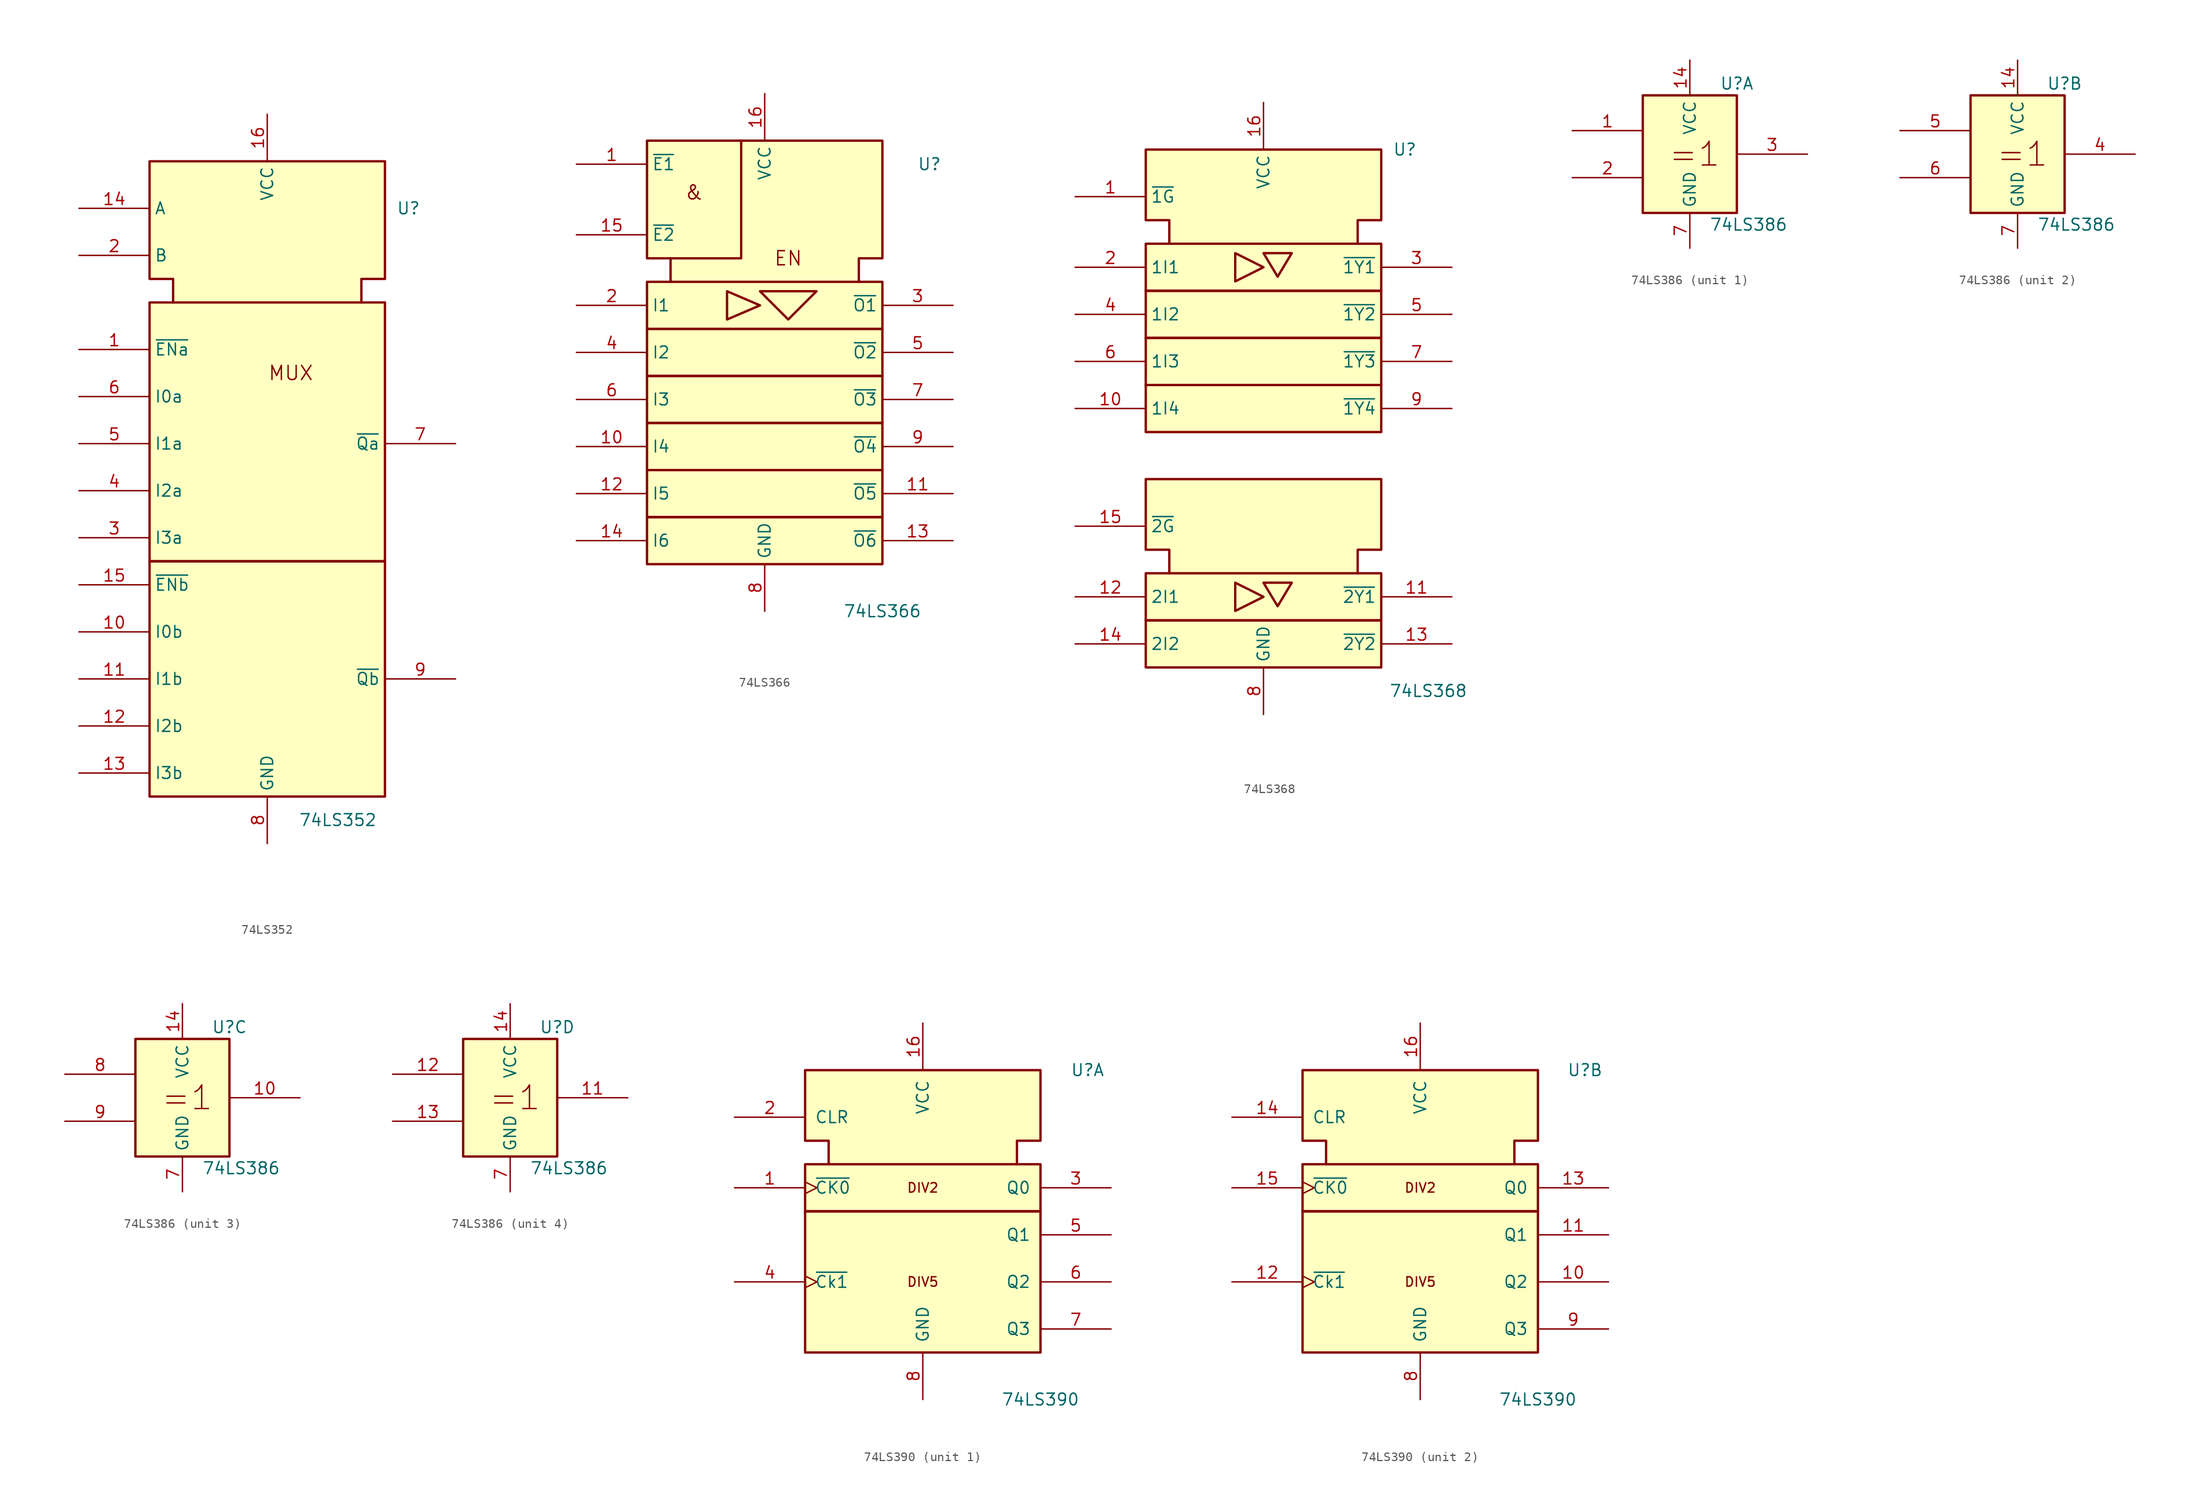
<source format=kicad_sym>
(kicad_symbol_lib
  (version 20241209)
  (generator "kicad_symbol_editor")
  (generator_version "9.0")
  (symbol "74LS352"
    (property "Reference" "U"
      (at 15.24 33.02 0)
      (effects (font (size 1.27 1.27))))
    (property "Value" "74LS352"
      (at 7.62 -33.02 0)
      (effects (font (size 1.27 1.27))))
    (symbol "74LS352_0_0"
      (rectangle (start -12.7 22.86) (end 12.7 -5.08) (stroke (width 0.254) (type default)) (fill (type background)))
      (rectangle (start -12.7 -5.08) (end 12.7 -30.48) (stroke (width 0.254) (type default)) (fill (type background)))
      (polyline (pts (xy -10.16 22.86) (xy -10.16 25.4) (xy -12.7 25.4) (xy -12.7 38.1) (xy 12.7 38.1) (xy 12.7 25.4) (xy 10.16 25.4) (xy 10.16 22.86) (xy 10.16 22.86)) (stroke (width 0.254) (type default)) (fill (type background)))
      (text "MUX" (at 2.54 15.24 0) (effects (font (size 1.524 1.524))))
      (pin power_in line (at 0 43.18 270) (length 5.08) (name "VCC" (effects (font (size 1.27 1.27)))) (number "16" (effects (font (size 1.27 1.27)))))
      (pin power_in line (at 0 -35.56 90) (length 5.08) (name "GND" (effects (font (size 1.27 1.27)))) (number "8" (effects (font (size 1.27 1.27))))))
    (symbol "74LS352_1_1"
      (pin input line (at -20.32 33.02 0) (length 7.62) (name "A" (effects (font (size 1.27 1.27)))) (number "14" (effects (font (size 1.27 1.27)))))
      (pin input line (at -20.32 27.94 0) (length 7.62) (name "B" (effects (font (size 1.27 1.27)))) (number "2" (effects (font (size 1.27 1.27)))))
      (pin input line (at -20.32 17.78 0) (length 7.62) (name "~{ENa}" (effects (font (size 1.27 1.27)))) (number "1" (effects (font (size 1.27 1.27)))))
      (pin input line (at -20.32 12.7 0) (length 7.62) (name "I0a" (effects (font (size 1.27 1.27)))) (number "6" (effects (font (size 1.27 1.27)))))
      (pin input line (at -20.32 7.62 0) (length 7.62) (name "I1a" (effects (font (size 1.27 1.27)))) (number "5" (effects (font (size 1.27 1.27)))))
      (pin input line (at -20.32 2.54 0) (length 7.62) (name "I2a" (effects (font (size 1.27 1.27)))) (number "4" (effects (font (size 1.27 1.27)))))
      (pin input line (at -20.32 -2.54 0) (length 7.62) (name "I3a" (effects (font (size 1.27 1.27)))) (number "3" (effects (font (size 1.27 1.27)))))
      (pin input line (at -20.32 -7.62 0) (length 7.62) (name "~{ENb}" (effects (font (size 1.27 1.27)))) (number "15" (effects (font (size 1.27 1.27)))))
      (pin input line (at -20.32 -12.7 0) (length 7.62) (name "I0b" (effects (font (size 1.27 1.27)))) (number "10" (effects (font (size 1.27 1.27)))))
      (pin input line (at -20.32 -17.78 0) (length 7.62) (name "I1b" (effects (font (size 1.27 1.27)))) (number "11" (effects (font (size 1.27 1.27)))))
      (pin input line (at -20.32 -22.86 0) (length 7.62) (name "I2b" (effects (font (size 1.27 1.27)))) (number "12" (effects (font (size 1.27 1.27)))))
      (pin input line (at -20.32 -27.94 0) (length 7.62) (name "I3b" (effects (font (size 1.27 1.27)))) (number "13" (effects (font (size 1.27 1.27)))))
      (pin output line (at 20.32 7.62 180) (length 7.62) (name "~{Qa}" (effects (font (size 1.27 1.27)))) (number "7" (effects (font (size 1.27 1.27)))))
      (pin output line (at 20.32 -17.78 180) (length 7.62) (name "~{Qb}" (effects (font (size 1.27 1.27)))) (number "9" (effects (font (size 1.27 1.27)))))))
  (symbol "74LS366"
    (property "Reference" "U"
      (at 17.78 25.4 0)
      (effects (font (size 1.27 1.27))))
    (property "Value" "74LS366"
      (at 12.7 -22.86 0)
      (effects (font (size 1.27 1.27))))
    (symbol "74LS366_0_0"
      (polyline (pts (xy -4.064 11.684) (xy -4.064 8.636) (xy -0.508 10.16) (xy -4.064 11.684) (xy -4.064 11.684)) (stroke (width 0.254) (type default)) (fill (type background)))
      (polyline (pts (xy -0.508 11.684) (xy 2.54 8.636) (xy 5.588 11.684) (xy -0.508 11.684) (xy -0.508 11.684)) (stroke (width 0.254) (type default)) (fill (type background)))
      (text "&" (at -7.62 22.352 0) (effects (font (size 1.524 1.524))))
      (text "EN" (at 2.54 15.24 0) (effects (font (size 1.524 1.524))))
      (pin power_in line (at 0 -22.86 90) (length 5.08) (name "GND" (effects (font (size 1.27 1.27)))) (number "8" (effects (font (size 1.27 1.27))))))
    (symbol "74LS366_0_1"
      (rectangle (start -12.7 12.7) (end 12.7 7.62) (stroke (width 0.254) (type default)) (fill (type background)))
      (rectangle (start -12.7 7.62) (end 12.7 2.54) (stroke (width 0.254) (type default)) (fill (type background)))
      (rectangle (start -12.7 2.54) (end 12.7 -2.54) (stroke (width 0.254) (type default)) (fill (type background)))
      (rectangle (start -12.7 -2.54) (end 12.7 -7.62) (stroke (width 0.254) (type default)) (fill (type background)))
      (rectangle (start -12.7 -7.62) (end 12.7 -12.7) (stroke (width 0.254) (type default)) (fill (type background)))
      (rectangle (start -12.7 -12.7) (end 12.7 -17.78) (stroke (width 0.254) (type default)) (fill (type background)))
      (polyline (pts (xy -10.16 12.7) (xy -10.16 15.24) (xy -12.7 15.24) (xy -12.7 27.94) (xy 12.7 27.94) (xy 12.7 15.24) (xy 10.16 15.24) (xy 10.16 12.7) (xy 10.16 12.7)) (stroke (width 0.254) (type default)) (fill (type background)))
      (polyline (pts (xy -2.54 27.94) (xy -2.54 15.24) (xy -10.16 15.24) (xy -10.16 15.24)) (stroke (width 0.254) (type default)) (fill (type background)))
      (pin power_in line (at 0 33.02 270) (length 5.08) (name "VCC" (effects (font (size 1.27 1.27)))) (number "16" (effects (font (size 1.27 1.27))))))
    (symbol "74LS366_1_1"
      (pin input line (at -20.32 25.4 0) (length 7.62) (name "~{E1}" (effects (font (size 1.27 1.27)))) (number "1" (effects (font (size 1.27 1.27)))))
      (pin input line (at -20.32 17.78 0) (length 7.62) (name "~{E2}" (effects (font (size 1.27 1.27)))) (number "15" (effects (font (size 1.27 1.27)))))
      (pin input line (at -20.32 10.16 0) (length 7.62) (name "I1" (effects (font (size 1.27 1.27)))) (number "2" (effects (font (size 1.27 1.27)))))
      (pin input line (at -20.32 5.08 0) (length 7.62) (name "I2" (effects (font (size 1.27 1.27)))) (number "4" (effects (font (size 1.27 1.27)))))
      (pin input line (at -20.32 0 0) (length 7.62) (name "I3" (effects (font (size 1.27 1.27)))) (number "6" (effects (font (size 1.27 1.27)))))
      (pin input line (at -20.32 -5.08 0) (length 7.62) (name "I4" (effects (font (size 1.27 1.27)))) (number "10" (effects (font (size 1.27 1.27)))))
      (pin input line (at -20.32 -10.16 0) (length 7.62) (name "I5" (effects (font (size 1.27 1.27)))) (number "12" (effects (font (size 1.27 1.27)))))
      (pin input line (at -20.32 -15.24 0) (length 7.62) (name "I6" (effects (font (size 1.27 1.27)))) (number "14" (effects (font (size 1.27 1.27)))))
      (pin tri_state line (at 20.32 10.16 180) (length 7.62) (name "~{O1}" (effects (font (size 1.27 1.27)))) (number "3" (effects (font (size 1.27 1.27)))))
      (pin tri_state line (at 20.32 5.08 180) (length 7.62) (name "~{O2}" (effects (font (size 1.27 1.27)))) (number "5" (effects (font (size 1.27 1.27)))))
      (pin tri_state line (at 20.32 0 180) (length 7.62) (name "~{O3}" (effects (font (size 1.27 1.27)))) (number "7" (effects (font (size 1.27 1.27)))))
      (pin tri_state line (at 20.32 -5.08 180) (length 7.62) (name "~{O4}" (effects (font (size 1.27 1.27)))) (number "9" (effects (font (size 1.27 1.27)))))
      (pin tri_state line (at 20.32 -10.16 180) (length 7.62) (name "~{O5}" (effects (font (size 1.27 1.27)))) (number "11" (effects (font (size 1.27 1.27)))))
      (pin tri_state line (at 20.32 -15.24 180) (length 7.62) (name "~{O6}" (effects (font (size 1.27 1.27)))) (number "13" (effects (font (size 1.27 1.27)))))))
  (symbol "74LS368"
    (property "Reference" "U"
      (at 15.24 17.78 0)
      (effects (font (size 1.27 1.27))))
    (property "Value" "74LS368"
      (at 17.78 -40.64 0)
      (effects (font (size 1.27 1.27))))
    (symbol "74LS368_0_0"
      (rectangle (start -12.7 7.62) (end 12.7 2.54) (stroke (width 0.254) (type default)) (fill (type background)))
      (rectangle (start -12.7 2.54) (end 12.7 -2.54) (stroke (width 0.254) (type default)) (fill (type background)))
      (rectangle (start -12.7 -2.54) (end 12.7 -7.62) (stroke (width 0.254) (type default)) (fill (type background)))
      (rectangle (start -12.7 -7.62) (end 12.7 -12.7) (stroke (width 0.254) (type default)) (fill (type background)))
      (rectangle (start -12.7 -27.94) (end 12.7 -33.02) (stroke (width 0.254) (type default)) (fill (type background)))
      (rectangle (start -12.7 -33.02) (end 12.7 -38.1) (stroke (width 0.254) (type default)) (fill (type background)))
      (polyline (pts (xy -10.16 7.62) (xy -10.16 10.16) (xy -12.7 10.16) (xy -12.7 17.78) (xy 12.7 17.78) (xy 12.7 10.16) (xy 10.16 10.16) (xy 10.16 7.62) (xy 10.16 7.62)) (stroke (width 0.254) (type default)) (fill (type background)))
      (polyline (pts (xy -10.16 -27.94) (xy -10.16 -25.4) (xy -12.7 -25.4) (xy -12.7 -17.78) (xy 12.7 -17.78) (xy 12.7 -25.4) (xy 10.16 -25.4) (xy 10.16 -27.94) (xy 10.16 -27.94)) (stroke (width 0.254) (type default)) (fill (type background)))
      (polyline (pts (xy -3.048 6.604) (xy 0 5.08) (xy -3.048 3.556) (xy -3.048 6.604) (xy -3.048 6.604)) (stroke (width 0.254) (type default)) (fill (type background)))
      (polyline (pts (xy -3.048 -28.956) (xy -3.048 -32.004) (xy 0 -30.48) (xy -3.048 -28.956) (xy -3.048 -28.956)) (stroke (width 0.254) (type default)) (fill (type background)))
      (pin power_in line (at 0 22.86 270) (length 5.08) (name "VCC" (effects (font (size 1.27 1.27)))) (number "16" (effects (font (size 1.27 1.27)))))
      (pin power_in line (at 0 -43.18 90) (length 5.08) (name "GND" (effects (font (size 1.27 1.27)))) (number "8" (effects (font (size 1.27 1.27))))))
    (symbol "74LS368_0_1"
      (polyline (pts (xy 0 6.604) (xy 3.048 6.604) (xy 1.524 4.064) (xy 0 6.604) (xy 0.508 6.604)) (stroke (width 0.254) (type default)) (fill (type background)))
      (polyline (pts (xy 0 -28.956) (xy 3.048 -28.956) (xy 1.524 -31.496) (xy 0 -28.956) (xy 0 -28.956)) (stroke (width 0.254) (type default)) (fill (type background))))
    (symbol "74LS368_1_1"
      (pin input line (at -20.32 12.7 0) (length 7.62) (name "~{1G}" (effects (font (size 1.27 1.27)))) (number "1" (effects (font (size 1.27 1.27)))))
      (pin input line (at -20.32 5.08 0) (length 7.62) (name "1I1" (effects (font (size 1.27 1.27)))) (number "2" (effects (font (size 1.27 1.27)))))
      (pin input line (at -20.32 0 0) (length 7.62) (name "1I2" (effects (font (size 1.27 1.27)))) (number "4" (effects (font (size 1.27 1.27)))))
      (pin input line (at -20.32 -5.08 0) (length 7.62) (name "1I3" (effects (font (size 1.27 1.27)))) (number "6" (effects (font (size 1.27 1.27)))))
      (pin input line (at -20.32 -10.16 0) (length 7.62) (name "1I4" (effects (font (size 1.27 1.27)))) (number "10" (effects (font (size 1.27 1.27)))))
      (pin input line (at -20.32 -22.86 0) (length 7.62) (name "~{2G}" (effects (font (size 1.27 1.27)))) (number "15" (effects (font (size 1.27 1.27)))))
      (pin input line (at -20.32 -30.48 0) (length 7.62) (name "2I1" (effects (font (size 1.27 1.27)))) (number "12" (effects (font (size 1.27 1.27)))))
      (pin input line (at -20.32 -35.56 0) (length 7.62) (name "2I2" (effects (font (size 1.27 1.27)))) (number "14" (effects (font (size 1.27 1.27)))))
      (pin tri_state line (at 20.32 5.08 180) (length 7.62) (name "~{1Y1}" (effects (font (size 1.27 1.27)))) (number "3" (effects (font (size 1.27 1.27)))))
      (pin tri_state line (at 20.32 0 180) (length 7.62) (name "~{1Y2}" (effects (font (size 1.27 1.27)))) (number "5" (effects (font (size 1.27 1.27)))))
      (pin tri_state line (at 20.32 -5.08 180) (length 7.62) (name "~{1Y3}" (effects (font (size 1.27 1.27)))) (number "7" (effects (font (size 1.27 1.27)))))
      (pin tri_state line (at 20.32 -10.16 180) (length 7.62) (name "~{1Y4}" (effects (font (size 1.27 1.27)))) (number "9" (effects (font (size 1.27 1.27)))))
      (pin tri_state line (at 20.32 -30.48 180) (length 7.62) (name "~{2Y1}" (effects (font (size 1.27 1.27)))) (number "11" (effects (font (size 1.27 1.27)))))
      (pin tri_state line (at 20.32 -35.56 180) (length 7.62) (name "~{2Y2}" (effects (font (size 1.27 1.27)))) (number "13" (effects (font (size 1.27 1.27)))))))
  (symbol "74LS386"
    (property "Reference" "U"
      (at 5.08 7.62 0)
      (effects (font (size 1.27 1.27))))
    (property "Value" "74LS386"
      (at 6.35 -7.62 0)
      (effects (font (size 1.27 1.27))))
    (symbol "74LS386_0_1"
      (rectangle (start -5.08 6.35) (end 5.08 -6.35) (stroke (width 0.254) (type default)) (fill (type background)))
      (text "=1" (at 0.508 0 0) (effects (font (size 2.54 2.54))))
      (pin power_in line (at 0 10.16 270) (length 3.81) (name "VCC" (effects (font (size 1.27 1.27)))) (number "14" (effects (font (size 1.27 1.27)))))
      (pin power_in line (at 0 -10.16 90) (length 3.81) (name "GND" (effects (font (size 1.27 1.27)))) (number "7" (effects (font (size 1.27 1.27))))))
    (symbol "74LS386_1_1"
      (pin input line (at -12.7 2.54 0) (length 7.62) (name "~" (effects (font (size 1.27 1.27)))) (number "1" (effects (font (size 1.27 1.27)))))
      (pin input line (at -12.7 -2.54 0) (length 7.62) (name "~" (effects (font (size 1.27 1.27)))) (number "2" (effects (font (size 1.27 1.27)))))
      (pin output line (at 12.7 0 180) (length 7.62) (name "~" (effects (font (size 1.27 1.27)))) (number "3" (effects (font (size 1.27 1.27))))))
    (symbol "74LS386_2_1"
      (pin input line (at -12.7 2.54 0) (length 7.62) (name "~" (effects (font (size 1.27 1.27)))) (number "5" (effects (font (size 1.27 1.27)))))
      (pin input line (at -12.7 -2.54 0) (length 7.62) (name "~" (effects (font (size 1.27 1.27)))) (number "6" (effects (font (size 1.27 1.27)))))
      (pin output line (at 12.7 0 180) (length 7.62) (name "~" (effects (font (size 1.27 1.27)))) (number "4" (effects (font (size 1.27 1.27))))))
    (symbol "74LS386_3_1"
      (pin input line (at -12.7 2.54 0) (length 7.62) (name "~" (effects (font (size 1.27 1.27)))) (number "8" (effects (font (size 1.27 1.27)))))
      (pin input line (at -12.7 -2.54 0) (length 7.62) (name "~" (effects (font (size 1.27 1.27)))) (number "9" (effects (font (size 1.27 1.27)))))
      (pin output line (at 12.7 0 180) (length 7.62) (name "~" (effects (font (size 1.27 1.27)))) (number "10" (effects (font (size 1.27 1.27))))))
    (symbol "74LS386_4_1"
      (pin input line (at -12.7 2.54 0) (length 7.62) (name "~" (effects (font (size 1.27 1.27)))) (number "12" (effects (font (size 1.27 1.27)))))
      (pin input line (at -12.7 -2.54 0) (length 7.62) (name "~" (effects (font (size 1.27 1.27)))) (number "13" (effects (font (size 1.27 1.27)))))
      (pin output line (at 12.7 0 180) (length 7.62) (name "~" (effects (font (size 1.27 1.27)))) (number "11" (effects (font (size 1.27 1.27)))))))
  (symbol "74LS390"
    (pin_names
      (offset 1.016))
    (property "Reference" "U"
      (at 17.78 20.32 0)
      (effects (font (size 1.27 1.27))))
    (property "Value" "74LS390"
      (at 12.7 -15.24 0)
      (effects (font (size 1.27 1.27))))
    (symbol "74LS390_0_0"
      (rectangle (start -12.7 10.16) (end 12.7 5.08) (stroke (width 0.254) (type default)) (fill (type background)))
      (rectangle (start -12.7 5.08) (end 12.7 -10.16) (stroke (width 0.254) (type default)) (fill (type background)))
      (polyline (pts (xy -10.16 10.16) (xy -10.16 12.7) (xy -12.7 12.7) (xy -12.7 20.32) (xy 12.7 20.32) (xy 12.7 12.7) (xy 10.16 12.7) (xy 10.16 10.16) (xy 10.16 10.16)) (stroke (width 0.254) (type default)) (fill (type background)))
      (text "DIV2" (at 0 7.62 0) (effects (font (size 1.016 1.016))))
      (text "DIV5" (at 0 -2.54 0) (effects (font (size 1.016 1.016))))
      (pin power_in line (at 0 25.4 270) (length 5.08) (name "VCC" (effects (font (size 1.27 1.27)))) (number "16" (effects (font (size 1.27 1.27)))))
      (pin power_in line (at 0 -15.24 90) (length 5.08) (name "GND" (effects (font (size 1.27 1.27)))) (number "8" (effects (font (size 1.27 1.27))))))
    (symbol "74LS390_1_1"
      (pin input line (at -20.32 15.24 0) (length 7.62) (name "CLR" (effects (font (size 1.27 1.27)))) (number "2" (effects (font (size 1.27 1.27)))))
      (pin input clock (at -20.32 7.62 0) (length 7.62) (name "~{CK0}" (effects (font (size 1.27 1.27)))) (number "1" (effects (font (size 1.27 1.27)))))
      (pin input clock (at -20.32 -2.54 0) (length 7.62) (name "~{Ck1}" (effects (font (size 1.27 1.27)))) (number "4" (effects (font (size 1.27 1.27)))))
      (pin output line (at 20.32 7.62 180) (length 7.62) (name "Q0" (effects (font (size 1.27 1.27)))) (number "3" (effects (font (size 1.27 1.27)))))
      (pin output line (at 20.32 2.54 180) (length 7.62) (name "Q1" (effects (font (size 1.27 1.27)))) (number "5" (effects (font (size 1.27 1.27)))))
      (pin output line (at 20.32 -2.54 180) (length 7.62) (name "Q2" (effects (font (size 1.27 1.27)))) (number "6" (effects (font (size 1.27 1.27)))))
      (pin output line (at 20.32 -7.62 180) (length 7.62) (name "Q3" (effects (font (size 1.27 1.27)))) (number "7" (effects (font (size 1.27 1.27))))))
    (symbol "74LS390_2_1"
      (pin input line (at -20.32 15.24 0) (length 7.62) (name "CLR" (effects (font (size 1.27 1.27)))) (number "14" (effects (font (size 1.27 1.27)))))
      (pin input clock (at -20.32 7.62 0) (length 7.62) (name "~{CK0}" (effects (font (size 1.27 1.27)))) (number "15" (effects (font (size 1.27 1.27)))))
      (pin input clock (at -20.32 -2.54 0) (length 7.62) (name "~{Ck1}" (effects (font (size 1.27 1.27)))) (number "12" (effects (font (size 1.27 1.27)))))
      (pin output line (at 20.32 7.62 180) (length 7.62) (name "Q0" (effects (font (size 1.27 1.27)))) (number "13" (effects (font (size 1.27 1.27)))))
      (pin output line (at 20.32 2.54 180) (length 7.62) (name "Q1" (effects (font (size 1.27 1.27)))) (number "11" (effects (font (size 1.27 1.27)))))
      (pin output line (at 20.32 -2.54 180) (length 7.62) (name "Q2" (effects (font (size 1.27 1.27)))) (number "10" (effects (font (size 1.27 1.27)))))
      (pin output line (at 20.32 -7.62 180) (length 7.62) (name "Q3" (effects (font (size 1.27 1.27)))) (number "9" (effects (font (size 1.27 1.27))))))))
</source>
